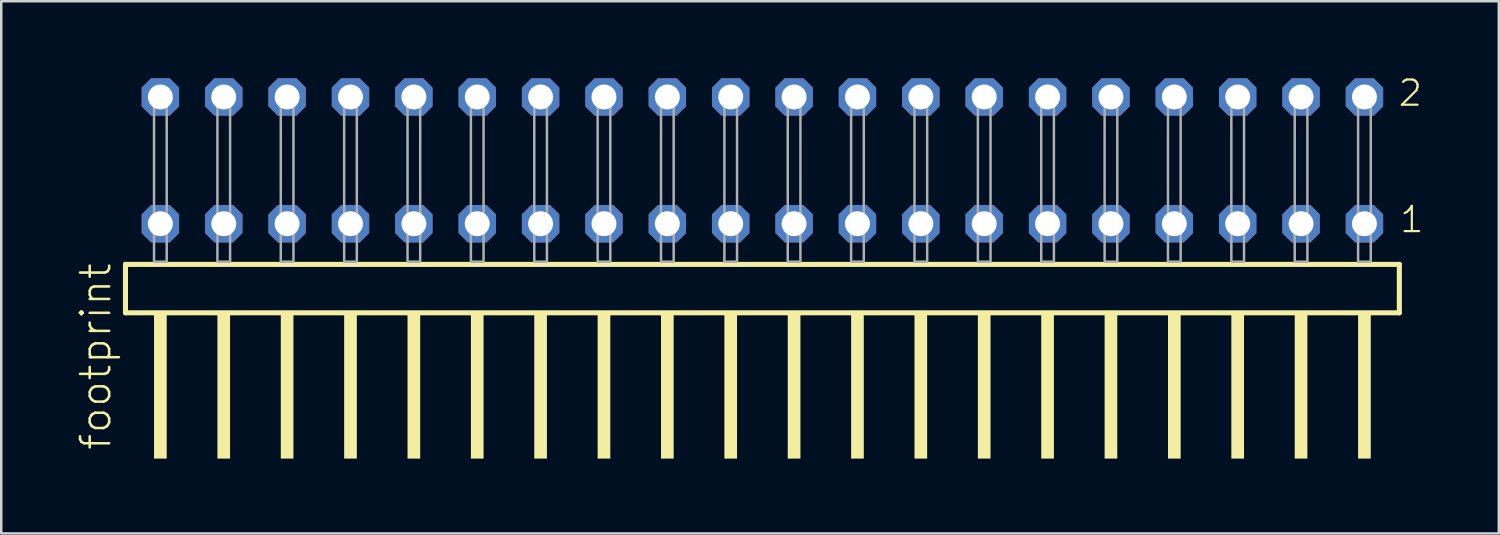
<source format=kicad_pcb>
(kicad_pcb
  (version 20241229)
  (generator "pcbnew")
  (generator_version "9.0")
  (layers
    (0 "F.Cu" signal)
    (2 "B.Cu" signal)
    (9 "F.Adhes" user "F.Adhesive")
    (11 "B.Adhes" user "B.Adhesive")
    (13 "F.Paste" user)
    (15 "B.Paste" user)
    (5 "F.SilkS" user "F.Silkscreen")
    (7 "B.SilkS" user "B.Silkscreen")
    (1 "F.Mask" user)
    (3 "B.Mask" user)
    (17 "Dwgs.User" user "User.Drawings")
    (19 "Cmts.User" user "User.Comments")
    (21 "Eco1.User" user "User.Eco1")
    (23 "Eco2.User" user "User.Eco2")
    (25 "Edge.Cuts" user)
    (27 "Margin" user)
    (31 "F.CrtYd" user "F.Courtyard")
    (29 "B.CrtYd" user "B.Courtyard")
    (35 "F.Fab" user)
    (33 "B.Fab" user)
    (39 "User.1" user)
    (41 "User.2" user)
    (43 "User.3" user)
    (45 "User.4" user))
  (footprint "footprint"
    (layer "F.Cu")
    (at 27.508 7.441)
    (property "Reference" "footprint" (at -26.035 7.62 90) (layer "F.SilkS") (effects (font (size 1.168 1.168) (thickness 0.102)) (justify left bottom)))
    (fp_line (start -25.529 0.106) (end -25.529 2.046) (stroke (width 0.203) (type solid)) (layer "F.SilkS"))
    (fp_line (start -25.529 2.046) (end 25.529 2.046) (stroke (width 0.203) (type solid)) (layer "F.SilkS"))
    (fp_line (start 25.529 0.106) (end -25.529 0.106) (stroke (width 0.203) (type solid)) (layer "F.SilkS"))
    (fp_line (start 25.529 2.046) (end 25.529 0.106) (stroke (width 0.203) (type solid)) (layer "F.SilkS"))
    (fp_poly (pts (xy -24.384 7.89) (xy -23.876 7.89) (xy -23.876 2.04) (xy -24.384 2.04)) (stroke (width 0) (type solid)) (fill yes) (layer "F.SilkS"))
    (fp_poly (pts (xy -21.844 7.89) (xy -21.336 7.89) (xy -21.336 2.04) (xy -21.844 2.04)) (stroke (width 0) (type solid)) (fill yes) (layer "F.SilkS"))
    (fp_poly (pts (xy -19.304 7.89) (xy -18.796 7.89) (xy -18.796 2.04) (xy -19.304 2.04)) (stroke (width 0) (type solid)) (fill yes) (layer "F.SilkS"))
    (fp_poly (pts (xy -16.764 7.89) (xy -16.256 7.89) (xy -16.256 2.04) (xy -16.764 2.04)) (stroke (width 0) (type solid)) (fill yes) (layer "F.SilkS"))
    (fp_poly (pts (xy -14.224 7.89) (xy -13.716 7.89) (xy -13.716 2.04) (xy -14.224 2.04)) (stroke (width 0) (type solid)) (fill yes) (layer "F.SilkS"))
    (fp_poly (pts (xy -11.684 7.89) (xy -11.176 7.89) (xy -11.176 2.04) (xy -11.684 2.04)) (stroke (width 0) (type solid)) (fill yes) (layer "F.SilkS"))
    (fp_poly (pts (xy -9.144 7.89) (xy -8.636 7.89) (xy -8.636 2.04) (xy -9.144 2.04)) (stroke (width 0) (type solid)) (fill yes) (layer "F.SilkS"))
    (fp_poly (pts (xy -6.604 7.89) (xy -6.096 7.89) (xy -6.096 2.04) (xy -6.604 2.04)) (stroke (width 0) (type solid)) (fill yes) (layer "F.SilkS"))
    (fp_poly (pts (xy -4.064 7.89) (xy -3.556 7.89) (xy -3.556 2.04) (xy -4.064 2.04)) (stroke (width 0) (type solid)) (fill yes) (layer "F.SilkS"))
    (fp_poly (pts (xy -1.524 7.89) (xy -1.016 7.89) (xy -1.016 2.04) (xy -1.524 2.04)) (stroke (width 0) (type solid)) (fill yes) (layer "F.SilkS"))
    (fp_poly (pts (xy 1.016 7.89) (xy 1.524 7.89) (xy 1.524 2.04) (xy 1.016 2.04)) (stroke (width 0) (type solid)) (fill yes) (layer "F.SilkS"))
    (fp_poly (pts (xy 3.556 7.89) (xy 4.064 7.89) (xy 4.064 2.04) (xy 3.556 2.04)) (stroke (width 0) (type solid)) (fill yes) (layer "F.SilkS"))
    (fp_poly (pts (xy 6.096 7.89) (xy 6.604 7.89) (xy 6.604 2.04) (xy 6.096 2.04)) (stroke (width 0) (type solid)) (fill yes) (layer "F.SilkS"))
    (fp_poly (pts (xy 8.636 7.89) (xy 9.144 7.89) (xy 9.144 2.04) (xy 8.636 2.04)) (stroke (width 0) (type solid)) (fill yes) (layer "F.SilkS"))
    (fp_poly (pts (xy 11.176 7.89) (xy 11.684 7.89) (xy 11.684 2.04) (xy 11.176 2.04)) (stroke (width 0) (type solid)) (fill yes) (layer "F.SilkS"))
    (fp_poly (pts (xy 13.716 7.89) (xy 14.224 7.89) (xy 14.224 2.04) (xy 13.716 2.04)) (stroke (width 0) (type solid)) (fill yes) (layer "F.SilkS"))
    (fp_poly (pts (xy 16.256 7.89) (xy 16.764 7.89) (xy 16.764 2.04) (xy 16.256 2.04)) (stroke (width 0) (type solid)) (fill yes) (layer "F.SilkS"))
    (fp_poly (pts (xy 18.796 7.89) (xy 19.304 7.89) (xy 19.304 2.04) (xy 18.796 2.04)) (stroke (width 0) (type solid)) (fill yes) (layer "F.SilkS"))
    (fp_poly (pts (xy 21.336 7.89) (xy 21.844 7.89) (xy 21.844 2.04) (xy 21.336 2.04)) (stroke (width 0) (type solid)) (fill yes) (layer "F.SilkS"))
    (fp_poly (pts (xy 23.876 7.89) (xy 24.384 7.89) (xy 24.384 2.04) (xy 23.876 2.04)) (stroke (width 0) (type solid)) (fill yes) (layer "F.SilkS"))
    (fp_poly (pts (xy -24.384 0) (xy -23.876 0) (xy -23.876 -6.858) (xy -24.384 -6.858)) (stroke (width 0.1) (type solid)) (fill no) (layer "F.Fab"))
    (fp_poly (pts (xy -21.844 0) (xy -21.336 0) (xy -21.336 -6.858) (xy -21.844 -6.858)) (stroke (width 0.1) (type solid)) (fill no) (layer "F.Fab"))
    (fp_poly (pts (xy -19.304 0) (xy -18.796 0) (xy -18.796 -6.858) (xy -19.304 -6.858)) (stroke (width 0.1) (type solid)) (fill no) (layer "F.Fab"))
    (fp_poly (pts (xy -16.764 0) (xy -16.256 0) (xy -16.256 -6.858) (xy -16.764 -6.858)) (stroke (width 0.1) (type solid)) (fill no) (layer "F.Fab"))
    (fp_poly (pts (xy -14.224 0) (xy -13.716 0) (xy -13.716 -6.858) (xy -14.224 -6.858)) (stroke (width 0.1) (type solid)) (fill no) (layer "F.Fab"))
    (fp_poly (pts (xy -11.684 0) (xy -11.176 0) (xy -11.176 -6.858) (xy -11.684 -6.858)) (stroke (width 0.1) (type solid)) (fill no) (layer "F.Fab"))
    (fp_poly (pts (xy -9.144 0) (xy -8.636 0) (xy -8.636 -6.858) (xy -9.144 -6.858)) (stroke (width 0.1) (type solid)) (fill no) (layer "F.Fab"))
    (fp_poly (pts (xy -6.604 0) (xy -6.096 0) (xy -6.096 -6.858) (xy -6.604 -6.858)) (stroke (width 0.1) (type solid)) (fill no) (layer "F.Fab"))
    (fp_poly (pts (xy -4.064 0) (xy -3.556 0) (xy -3.556 -6.858) (xy -4.064 -6.858)) (stroke (width 0.1) (type solid)) (fill no) (layer "F.Fab"))
    (fp_poly (pts (xy -1.524 0) (xy -1.016 0) (xy -1.016 -6.858) (xy -1.524 -6.858)) (stroke (width 0.1) (type solid)) (fill no) (layer "F.Fab"))
    (fp_poly (pts (xy 1.016 0) (xy 1.524 0) (xy 1.524 -6.858) (xy 1.016 -6.858)) (stroke (width 0.1) (type solid)) (fill no) (layer "F.Fab"))
    (fp_poly (pts (xy 3.556 0) (xy 4.064 0) (xy 4.064 -6.858) (xy 3.556 -6.858)) (stroke (width 0.1) (type solid)) (fill no) (layer "F.Fab"))
    (fp_poly (pts (xy 6.096 0) (xy 6.604 0) (xy 6.604 -6.858) (xy 6.096 -6.858)) (stroke (width 0.1) (type solid)) (fill no) (layer "F.Fab"))
    (fp_poly (pts (xy 8.636 0) (xy 9.144 0) (xy 9.144 -6.858) (xy 8.636 -6.858)) (stroke (width 0.1) (type solid)) (fill no) (layer "F.Fab"))
    (fp_poly (pts (xy 11.176 0) (xy 11.684 0) (xy 11.684 -6.858) (xy 11.176 -6.858)) (stroke (width 0.1) (type solid)) (fill no) (layer "F.Fab"))
    (fp_poly (pts (xy 13.716 0) (xy 14.224 0) (xy 14.224 -6.858) (xy 13.716 -6.858)) (stroke (width 0.1) (type solid)) (fill no) (layer "F.Fab"))
    (fp_poly (pts (xy 16.256 0) (xy 16.764 0) (xy 16.764 -6.858) (xy 16.256 -6.858)) (stroke (width 0.1) (type solid)) (fill no) (layer "F.Fab"))
    (fp_poly (pts (xy 18.796 0) (xy 19.304 0) (xy 19.304 -6.858) (xy 18.796 -6.858)) (stroke (width 0.1) (type solid)) (fill no) (layer "F.Fab"))
    (fp_poly (pts (xy 21.336 0) (xy 21.844 0) (xy 21.844 -6.858) (xy 21.336 -6.858)) (stroke (width 0.1) (type solid)) (fill no) (layer "F.Fab"))
    (fp_poly (pts (xy 23.876 0) (xy 24.384 0) (xy 24.384 -6.858) (xy 23.876 -6.858)) (stroke (width 0.1) (type solid)) (fill no) (layer "F.Fab"))
    (fp_text user "1" (at 25.49 -1.1 0) (layer "F.SilkS") (effects (font (size 1.012 1.012) (thickness 0.088)) (justify left bottom)))
    (fp_text user "2" (at 25.43 -6.165 0) (layer "F.SilkS") (effects (font (size 1.012 1.012) (thickness 0.088)) (justify left bottom)))
    (pad "1" thru_hole roundrect (at 24.13 -1.524 180) (size 1.5 1.5) (drill 1) (layers "*.Cu" "*.Mask") (roundrect_rratio 0.25) (chamfer_ratio 0.25) (chamfer top_left top_right bottom_left bottom_right))
    (pad "2" thru_hole roundrect (at 24.13 -6.604 180) (size 1.5 1.5) (drill 1) (layers "*.Cu" "*.Mask") (roundrect_rratio 0.25) (chamfer_ratio 0.25) (chamfer top_left top_right bottom_left bottom_right))
    (pad "3" thru_hole roundrect (at 21.59 -1.524 180) (size 1.5 1.5) (drill 1) (layers "*.Cu" "*.Mask") (roundrect_rratio 0.25) (chamfer_ratio 0.25) (chamfer top_left top_right bottom_left bottom_right))
    (pad "4" thru_hole roundrect (at 21.59 -6.604 180) (size 1.5 1.5) (drill 1) (layers "*.Cu" "*.Mask") (roundrect_rratio 0.25) (chamfer_ratio 0.25) (chamfer top_left top_right bottom_left bottom_right))
    (pad "5" thru_hole roundrect (at 19.05 -1.524 180) (size 1.5 1.5) (drill 1) (layers "*.Cu" "*.Mask") (roundrect_rratio 0.25) (chamfer_ratio 0.25) (chamfer top_left top_right bottom_left bottom_right))
    (pad "6" thru_hole roundrect (at 19.05 -6.604 180) (size 1.5 1.5) (drill 1) (layers "*.Cu" "*.Mask") (roundrect_rratio 0.25) (chamfer_ratio 0.25) (chamfer top_left top_right bottom_left bottom_right))
    (pad "7" thru_hole roundrect (at 16.51 -1.524 180) (size 1.5 1.5) (drill 1) (layers "*.Cu" "*.Mask") (roundrect_rratio 0.25) (chamfer_ratio 0.25) (chamfer top_left top_right bottom_left bottom_right))
    (pad "8" thru_hole roundrect (at 16.51 -6.604 180) (size 1.5 1.5) (drill 1) (layers "*.Cu" "*.Mask") (roundrect_rratio 0.25) (chamfer_ratio 0.25) (chamfer top_left top_right bottom_left bottom_right))
    (pad "9" thru_hole roundrect (at 13.97 -1.524 180) (size 1.5 1.5) (drill 1) (layers "*.Cu" "*.Mask") (roundrect_rratio 0.25) (chamfer_ratio 0.25) (chamfer top_left top_right bottom_left bottom_right))
    (pad "10" thru_hole roundrect (at 13.97 -6.604 180) (size 1.5 1.5) (drill 1) (layers "*.Cu" "*.Mask") (roundrect_rratio 0.25) (chamfer_ratio 0.25) (chamfer top_left top_right bottom_left bottom_right))
    (pad "11" thru_hole roundrect (at 11.43 -1.524 180) (size 1.5 1.5) (drill 1) (layers "*.Cu" "*.Mask") (roundrect_rratio 0.25) (chamfer_ratio 0.25) (chamfer top_left top_right bottom_left bottom_right))
    (pad "12" thru_hole roundrect (at 11.43 -6.604 180) (size 1.5 1.5) (drill 1) (layers "*.Cu" "*.Mask") (roundrect_rratio 0.25) (chamfer_ratio 0.25) (chamfer top_left top_right bottom_left bottom_right))
    (pad "13" thru_hole roundrect (at 8.89 -1.524 180) (size 1.5 1.5) (drill 1) (layers "*.Cu" "*.Mask") (roundrect_rratio 0.25) (chamfer_ratio 0.25) (chamfer top_left top_right bottom_left bottom_right))
    (pad "14" thru_hole roundrect (at 8.89 -6.604 180) (size 1.5 1.5) (drill 1) (layers "*.Cu" "*.Mask") (roundrect_rratio 0.25) (chamfer_ratio 0.25) (chamfer top_left top_right bottom_left bottom_right))
    (pad "15" thru_hole roundrect (at 6.35 -1.524 180) (size 1.5 1.5) (drill 1) (layers "*.Cu" "*.Mask") (roundrect_rratio 0.25) (chamfer_ratio 0.25) (chamfer top_left top_right bottom_left bottom_right))
    (pad "16" thru_hole roundrect (at 6.35 -6.604 180) (size 1.5 1.5) (drill 1) (layers "*.Cu" "*.Mask") (roundrect_rratio 0.25) (chamfer_ratio 0.25) (chamfer top_left top_right bottom_left bottom_right))
    (pad "17" thru_hole roundrect (at 3.81 -1.524 180) (size 1.5 1.5) (drill 1) (layers "*.Cu" "*.Mask") (roundrect_rratio 0.25) (chamfer_ratio 0.25) (chamfer top_left top_right bottom_left bottom_right))
    (pad "18" thru_hole roundrect (at 3.81 -6.604 180) (size 1.5 1.5) (drill 1) (layers "*.Cu" "*.Mask") (roundrect_rratio 0.25) (chamfer_ratio 0.25) (chamfer top_left top_right bottom_left bottom_right))
    (pad "19" thru_hole roundrect (at 1.27 -1.524 180) (size 1.5 1.5) (drill 1) (layers "*.Cu" "*.Mask") (roundrect_rratio 0.25) (chamfer_ratio 0.25) (chamfer top_left top_right bottom_left bottom_right))
    (pad "20" thru_hole roundrect (at 1.27 -6.604 180) (size 1.5 1.5) (drill 1) (layers "*.Cu" "*.Mask") (roundrect_rratio 0.25) (chamfer_ratio 0.25) (chamfer top_left top_right bottom_left bottom_right))
    (pad "21" thru_hole roundrect (at -1.27 -1.524 180) (size 1.5 1.5) (drill 1) (layers "*.Cu" "*.Mask") (roundrect_rratio 0.25) (chamfer_ratio 0.25) (chamfer top_left top_right bottom_left bottom_right))
    (pad "22" thru_hole roundrect (at -1.27 -6.604 180) (size 1.5 1.5) (drill 1) (layers "*.Cu" "*.Mask") (roundrect_rratio 0.25) (chamfer_ratio 0.25) (chamfer top_left top_right bottom_left bottom_right))
    (pad "23" thru_hole roundrect (at -3.81 -1.524 180) (size 1.5 1.5) (drill 1) (layers "*.Cu" "*.Mask") (roundrect_rratio 0.25) (chamfer_ratio 0.25) (chamfer top_left top_right bottom_left bottom_right))
    (pad "24" thru_hole roundrect (at -3.81 -6.604 180) (size 1.5 1.5) (drill 1) (layers "*.Cu" "*.Mask") (roundrect_rratio 0.25) (chamfer_ratio 0.25) (chamfer top_left top_right bottom_left bottom_right))
    (pad "25" thru_hole roundrect (at -6.35 -1.524 180) (size 1.5 1.5) (drill 1) (layers "*.Cu" "*.Mask") (roundrect_rratio 0.25) (chamfer_ratio 0.25) (chamfer top_left top_right bottom_left bottom_right))
    (pad "26" thru_hole roundrect (at -6.35 -6.604 180) (size 1.5 1.5) (drill 1) (layers "*.Cu" "*.Mask") (roundrect_rratio 0.25) (chamfer_ratio 0.25) (chamfer top_left top_right bottom_left bottom_right))
    (pad "27" thru_hole roundrect (at -8.89 -1.524 180) (size 1.5 1.5) (drill 1) (layers "*.Cu" "*.Mask") (roundrect_rratio 0.25) (chamfer_ratio 0.25) (chamfer top_left top_right bottom_left bottom_right))
    (pad "28" thru_hole roundrect (at -8.89 -6.604 180) (size 1.5 1.5) (drill 1) (layers "*.Cu" "*.Mask") (roundrect_rratio 0.25) (chamfer_ratio 0.25) (chamfer top_left top_right bottom_left bottom_right))
    (pad "29" thru_hole roundrect (at -11.43 -1.524 180) (size 1.5 1.5) (drill 1) (layers "*.Cu" "*.Mask") (roundrect_rratio 0.25) (chamfer_ratio 0.25) (chamfer top_left top_right bottom_left bottom_right))
    (pad "30" thru_hole roundrect (at -11.43 -6.604 180) (size 1.5 1.5) (drill 1) (layers "*.Cu" "*.Mask") (roundrect_rratio 0.25) (chamfer_ratio 0.25) (chamfer top_left top_right bottom_left bottom_right))
    (pad "31" thru_hole roundrect (at -13.97 -1.524 180) (size 1.5 1.5) (drill 1) (layers "*.Cu" "*.Mask") (roundrect_rratio 0.25) (chamfer_ratio 0.25) (chamfer top_left top_right bottom_left bottom_right))
    (pad "32" thru_hole roundrect (at -13.97 -6.604 180) (size 1.5 1.5) (drill 1) (layers "*.Cu" "*.Mask") (roundrect_rratio 0.25) (chamfer_ratio 0.25) (chamfer top_left top_right bottom_left bottom_right))
    (pad "33" thru_hole roundrect (at -16.51 -1.524 180) (size 1.5 1.5) (drill 1) (layers "*.Cu" "*.Mask") (roundrect_rratio 0.25) (chamfer_ratio 0.25) (chamfer top_left top_right bottom_left bottom_right))
    (pad "34" thru_hole roundrect (at -16.51 -6.604 180) (size 1.5 1.5) (drill 1) (layers "*.Cu" "*.Mask") (roundrect_rratio 0.25) (chamfer_ratio 0.25) (chamfer top_left top_right bottom_left bottom_right))
    (pad "35" thru_hole roundrect (at -19.05 -1.524 180) (size 1.5 1.5) (drill 1) (layers "*.Cu" "*.Mask") (roundrect_rratio 0.25) (chamfer_ratio 0.25) (chamfer top_left top_right bottom_left bottom_right))
    (pad "36" thru_hole roundrect (at -19.05 -6.604 180) (size 1.5 1.5) (drill 1) (layers "*.Cu" "*.Mask") (roundrect_rratio 0.25) (chamfer_ratio 0.25) (chamfer top_left top_right bottom_left bottom_right))
    (pad "37" thru_hole roundrect (at -21.59 -1.524 180) (size 1.5 1.5) (drill 1) (layers "*.Cu" "*.Mask") (roundrect_rratio 0.25) (chamfer_ratio 0.25) (chamfer top_left top_right bottom_left bottom_right))
    (pad "38" thru_hole roundrect (at -21.59 -6.604 180) (size 1.5 1.5) (drill 1) (layers "*.Cu" "*.Mask") (roundrect_rratio 0.25) (chamfer_ratio 0.25) (chamfer top_left top_right bottom_left bottom_right))
    (pad "39" thru_hole roundrect (at -24.13 -1.524 180) (size 1.5 1.5) (drill 1) (layers "*.Cu" "*.Mask") (roundrect_rratio 0.25) (chamfer_ratio 0.25) (chamfer top_left top_right bottom_left bottom_right))
    (pad "40" thru_hole roundrect (at -24.13 -6.604 180) (size 1.5 1.5) (drill 1) (layers "*.Cu" "*.Mask") (roundrect_rratio 0.25) (chamfer_ratio 0.25) (chamfer top_left top_right bottom_left bottom_right)))
  (gr_rect
    (start -3 -3)
    (end 57.024 18.331)
    (stroke (width 0.1) (type default))
    (fill no)
    (layer "Edge.Cuts")))
</source>
